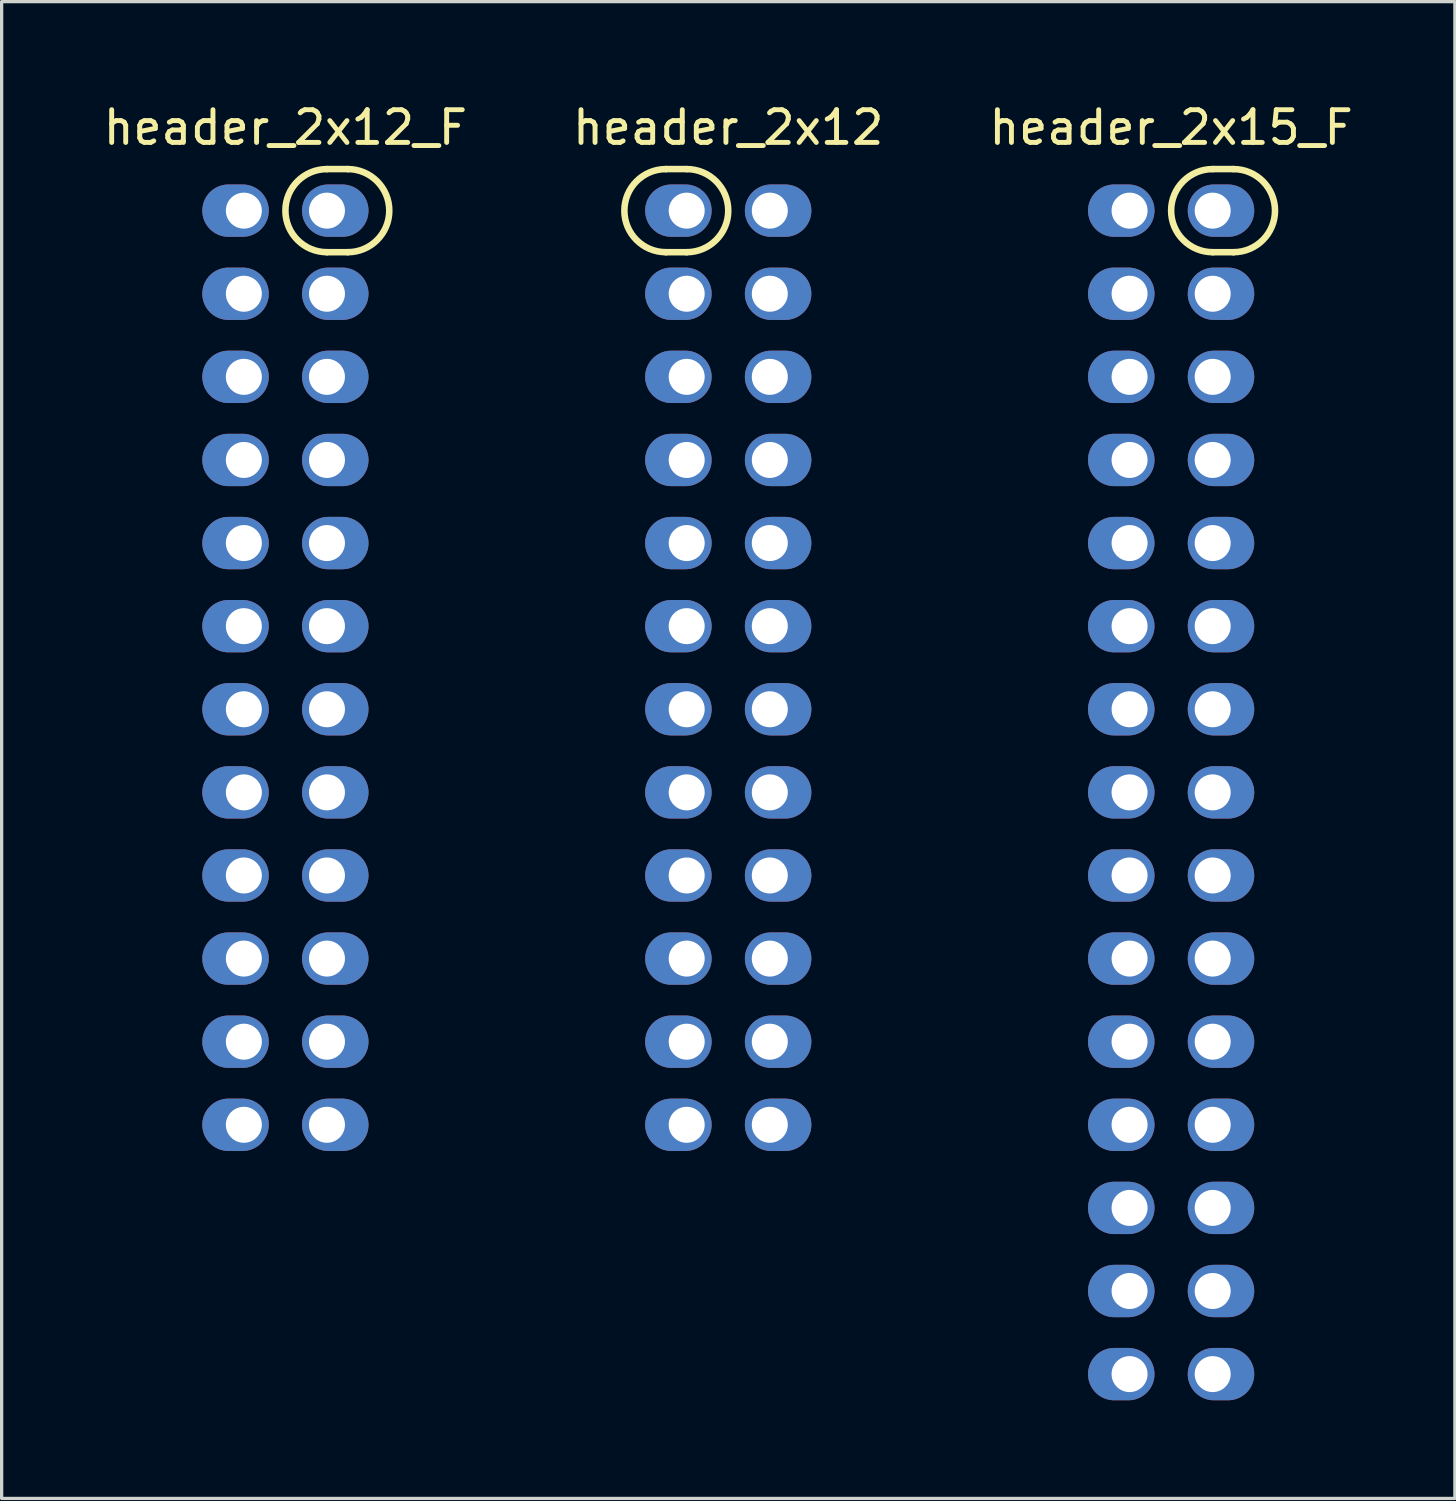
<source format=kicad_pcb>
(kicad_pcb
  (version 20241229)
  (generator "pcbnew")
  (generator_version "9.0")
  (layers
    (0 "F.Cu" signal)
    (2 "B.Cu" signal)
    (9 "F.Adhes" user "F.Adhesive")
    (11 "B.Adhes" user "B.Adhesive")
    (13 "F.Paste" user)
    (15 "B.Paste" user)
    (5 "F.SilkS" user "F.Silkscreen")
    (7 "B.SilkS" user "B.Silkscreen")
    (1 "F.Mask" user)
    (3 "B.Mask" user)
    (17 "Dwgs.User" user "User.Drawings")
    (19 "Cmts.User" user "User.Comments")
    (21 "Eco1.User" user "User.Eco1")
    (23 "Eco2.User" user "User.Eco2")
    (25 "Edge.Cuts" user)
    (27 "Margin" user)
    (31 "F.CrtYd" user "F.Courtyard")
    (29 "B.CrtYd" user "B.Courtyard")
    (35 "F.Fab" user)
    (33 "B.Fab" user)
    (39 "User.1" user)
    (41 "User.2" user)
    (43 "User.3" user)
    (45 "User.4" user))
  (footprint "header_2x12_F"
    (layer "F.Cu")
    (at 5.673 17.358)
    (property "Reference" "header_2x12_F" (at 0 -16.51 0) (layer "F.SilkS") (effects (font (size 1 1) (thickness 0.15))))
    (attr through_hole)
    (fp_line (start 1.27 -15.24) (end 1.905 -15.24) (stroke (width 0.2) (type solid)) (layer "F.SilkS"))
    (fp_line (start 1.905 -12.7) (end 1.27 -12.7) (stroke (width 0.2) (type solid)) (layer "F.SilkS"))
    (fp_arc (start 1.27 -12.7) (mid 0 -13.97) (end 1.27 -15.24) (stroke (width 0.2) (type solid)) (layer "F.SilkS"))
    (fp_arc (start 1.905 -15.24) (mid 3.175 -13.97) (end 1.905 -12.7) (stroke (width 0.2) (type solid)) (layer "F.SilkS"))
    (pad "1" thru_hole oval (at 1.27 -13.97) (size 2.032 1.6) (drill 1.1 (offset 0.254 0)) (layers "*.Cu" "*.Mask"))
    (pad "2" thru_hole oval (at -1.27 -13.97) (size 2.032 1.6) (drill 1.1 (offset -0.254 0)) (layers "*.Cu" "*.Mask"))
    (pad "3" thru_hole oval (at 1.27 -11.43) (size 2.032 1.6) (drill 1.1 (offset 0.254 0)) (layers "*.Cu" "*.Mask"))
    (pad "4" thru_hole oval (at -1.27 -11.43) (size 2.032 1.6) (drill 1.1 (offset -0.254 0)) (layers "*.Cu" "*.Mask"))
    (pad "5" thru_hole oval (at 1.27 -8.89) (size 2.032 1.6) (drill 1.1 (offset 0.254 0)) (layers "*.Cu" "*.Mask"))
    (pad "6" thru_hole oval (at -1.27 -8.89) (size 2.032 1.6) (drill 1.1 (offset -0.254 0)) (layers "*.Cu" "*.Mask"))
    (pad "7" thru_hole oval (at 1.27 -6.35) (size 2.032 1.6) (drill 1.1 (offset 0.254 0)) (layers "*.Cu" "*.Mask"))
    (pad "8" thru_hole oval (at -1.27 -6.35) (size 2.032 1.6) (drill 1.1 (offset -0.254 0)) (layers "*.Cu" "*.Mask"))
    (pad "9" thru_hole oval (at 1.27 -3.81) (size 2.032 1.6) (drill 1.1 (offset 0.254 0)) (layers "*.Cu" "*.Mask"))
    (pad "10" thru_hole oval (at -1.27 -3.81) (size 2.032 1.6) (drill 1.1 (offset -0.254 0)) (layers "*.Cu" "*.Mask"))
    (pad "11" thru_hole oval (at 1.27 -1.27) (size 2.032 1.6) (drill 1.1 (offset 0.254 0)) (layers "*.Cu" "*.Mask"))
    (pad "12" thru_hole oval (at -1.27 -1.27) (size 2.032 1.6) (drill 1.1 (offset -0.254 0)) (layers "*.Cu" "*.Mask"))
    (pad "13" thru_hole oval (at 1.27 1.27) (size 2.032 1.6) (drill 1.1 (offset 0.254 0)) (layers "*.Cu" "*.Mask"))
    (pad "14" thru_hole oval (at -1.27 1.27) (size 2.032 1.6) (drill 1.1 (offset -0.254 0)) (layers "*.Cu" "*.Mask"))
    (pad "15" thru_hole oval (at 1.27 3.81) (size 2.032 1.6) (drill 1.1 (offset 0.254 0)) (layers "*.Cu" "*.Mask"))
    (pad "16" thru_hole oval (at -1.27 3.81) (size 2.032 1.6) (drill 1.1 (offset -0.254 0)) (layers "*.Cu" "*.Mask"))
    (pad "17" thru_hole oval (at 1.27 6.35) (size 2.032 1.6) (drill 1.1 (offset 0.254 0)) (layers "*.Cu" "*.Mask"))
    (pad "18" thru_hole oval (at -1.27 6.35) (size 2.032 1.6) (drill 1.1 (offset -0.254 0)) (layers "*.Cu" "*.Mask"))
    (pad "19" thru_hole oval (at 1.27 8.89) (size 2.032 1.6) (drill 1.1 (offset 0.254 0)) (layers "*.Cu" "*.Mask"))
    (pad "20" thru_hole oval (at -1.27 8.89) (size 2.032 1.6) (drill 1.1 (offset -0.254 0)) (layers "*.Cu" "*.Mask"))
    (pad "21" thru_hole oval (at 1.27 11.43) (size 2.032 1.6) (drill 1.1 (offset 0.254 0)) (layers "*.Cu" "*.Mask"))
    (pad "22" thru_hole oval (at -1.27 11.43) (size 2.032 1.6) (drill 1.1 (offset -0.254 0)) (layers "*.Cu" "*.Mask"))
    (pad "23" thru_hole oval (at 1.27 13.97) (size 2.032 1.6) (drill 1.1 (offset 0.254 0)) (layers "*.Cu" "*.Mask"))
    (pad "24" thru_hole oval (at -1.27 13.97) (size 2.032 1.6) (drill 1.1 (offset -0.254 0)) (layers "*.Cu" "*.Mask")))
  (footprint "header_2x12"
    (layer "F.Cu")
    (at 19.208 17.358)
    (property "Reference" "header_2x12" (at 0 -16.51 0) (layer "F.SilkS") (effects (font (size 1 1) (thickness 0.15))))
    (attr through_hole)
    (fp_line (start -1.905 -15.24) (end -1.27 -15.24) (stroke (width 0.2) (type solid)) (layer "F.SilkS"))
    (fp_line (start -1.27 -12.7) (end -1.905 -12.7) (stroke (width 0.2) (type solid)) (layer "F.SilkS"))
    (fp_arc (start -1.905 -12.7) (mid -3.175 -13.97) (end -1.905 -15.24) (stroke (width 0.2) (type solid)) (layer "F.SilkS"))
    (fp_arc (start -1.27 -15.24) (mid 0 -13.97) (end -1.27 -12.7) (stroke (width 0.2) (type solid)) (layer "F.SilkS"))
    (pad "1" thru_hole oval (at -1.27 -13.97) (size 2.032 1.6) (drill 1.1 (offset -0.254 0)) (layers "*.Cu" "*.Mask"))
    (pad "2" thru_hole oval (at 1.27 -13.97) (size 2.032 1.6) (drill 1.1 (offset 0.254 0)) (layers "*.Cu" "*.Mask"))
    (pad "3" thru_hole oval (at -1.27 -11.43) (size 2.032 1.6) (drill 1.1 (offset -0.254 0)) (layers "*.Cu" "*.Mask"))
    (pad "4" thru_hole oval (at 1.27 -11.43) (size 2.032 1.6) (drill 1.1 (offset 0.254 0)) (layers "*.Cu" "*.Mask"))
    (pad "5" thru_hole oval (at -1.27 -8.89) (size 2.032 1.6) (drill 1.1 (offset -0.254 0)) (layers "*.Cu" "*.Mask"))
    (pad "6" thru_hole oval (at 1.27 -8.89) (size 2.032 1.6) (drill 1.1 (offset 0.254 0)) (layers "*.Cu" "*.Mask"))
    (pad "7" thru_hole oval (at -1.27 -6.35) (size 2.032 1.6) (drill 1.1 (offset -0.254 0)) (layers "*.Cu" "*.Mask"))
    (pad "8" thru_hole oval (at 1.27 -6.35) (size 2.032 1.6) (drill 1.1 (offset 0.254 0)) (layers "*.Cu" "*.Mask"))
    (pad "9" thru_hole oval (at -1.27 -3.81) (size 2.032 1.6) (drill 1.1 (offset -0.254 0)) (layers "*.Cu" "*.Mask"))
    (pad "10" thru_hole oval (at 1.27 -3.81) (size 2.032 1.6) (drill 1.1 (offset 0.254 0)) (layers "*.Cu" "*.Mask"))
    (pad "11" thru_hole oval (at -1.27 -1.27) (size 2.032 1.6) (drill 1.1 (offset -0.254 0)) (layers "*.Cu" "*.Mask"))
    (pad "12" thru_hole oval (at 1.27 -1.27) (size 2.032 1.6) (drill 1.1 (offset 0.254 0)) (layers "*.Cu" "*.Mask"))
    (pad "13" thru_hole oval (at -1.27 1.27) (size 2.032 1.6) (drill 1.1 (offset -0.254 0)) (layers "*.Cu" "*.Mask"))
    (pad "14" thru_hole oval (at 1.27 1.27) (size 2.032 1.6) (drill 1.1 (offset 0.254 0)) (layers "*.Cu" "*.Mask"))
    (pad "15" thru_hole oval (at -1.27 3.81) (size 2.032 1.6) (drill 1.1 (offset -0.254 0)) (layers "*.Cu" "*.Mask"))
    (pad "16" thru_hole oval (at 1.27 3.81) (size 2.032 1.6) (drill 1.1 (offset 0.254 0)) (layers "*.Cu" "*.Mask"))
    (pad "17" thru_hole oval (at -1.27 6.35) (size 2.032 1.6) (drill 1.1 (offset -0.254 0)) (layers "*.Cu" "*.Mask"))
    (pad "18" thru_hole oval (at 1.27 6.35) (size 2.032 1.6) (drill 1.1 (offset 0.254 0)) (layers "*.Cu" "*.Mask"))
    (pad "19" thru_hole oval (at -1.27 8.89) (size 2.032 1.6) (drill 1.1 (offset -0.254 0)) (layers "*.Cu" "*.Mask"))
    (pad "20" thru_hole oval (at 1.27 8.89) (size 2.032 1.6) (drill 1.1 (offset 0.254 0)) (layers "*.Cu" "*.Mask"))
    (pad "21" thru_hole oval (at -1.27 11.43) (size 2.032 1.6) (drill 1.1 (offset -0.254 0)) (layers "*.Cu" "*.Mask"))
    (pad "22" thru_hole oval (at 1.27 11.43) (size 2.032 1.6) (drill 1.1 (offset 0.254 0)) (layers "*.Cu" "*.Mask"))
    (pad "23" thru_hole oval (at -1.27 13.97) (size 2.032 1.6) (drill 1.1 (offset -0.254 0)) (layers "*.Cu" "*.Mask"))
    (pad "24" thru_hole oval (at 1.27 13.97) (size 2.032 1.6) (drill 1.1 (offset 0.254 0)) (layers "*.Cu" "*.Mask")))
  (footprint "header_2x15_F"
    (layer "F.Cu")
    (at 32.744 21.168)
    (property "Reference" "header_2x15_F" (at 0 -20.32 0) (layer "F.SilkS") (effects (font (size 1 1) (thickness 0.15))))
    (attr through_hole)
    (fp_line (start 1.27 -19.05) (end 1.905 -19.05) (stroke (width 0.2) (type solid)) (layer "F.SilkS"))
    (fp_line (start 1.905 -16.51) (end 1.27 -16.51) (stroke (width 0.2) (type solid)) (layer "F.SilkS"))
    (fp_arc (start 1.27 -16.51) (mid 0 -17.78) (end 1.27 -19.05) (stroke (width 0.2) (type solid)) (layer "F.SilkS"))
    (fp_arc (start 1.905 -19.05) (mid 3.175 -17.78) (end 1.905 -16.51) (stroke (width 0.2) (type solid)) (layer "F.SilkS"))
    (pad "1" thru_hole oval (at 1.27 -17.78) (size 2.032 1.6) (drill 1.1 (offset 0.254 0)) (layers "*.Cu" "*.Mask"))
    (pad "2" thru_hole oval (at -1.27 -17.78) (size 2.032 1.6) (drill 1.1 (offset -0.254 0)) (layers "*.Cu" "*.Mask"))
    (pad "3" thru_hole oval (at 1.27 -15.24) (size 2.032 1.6) (drill 1.1 (offset 0.254 0)) (layers "*.Cu" "*.Mask"))
    (pad "4" thru_hole oval (at -1.27 -15.24) (size 2.032 1.6) (drill 1.1 (offset -0.254 0)) (layers "*.Cu" "*.Mask"))
    (pad "5" thru_hole oval (at 1.27 -12.7) (size 2.032 1.6) (drill 1.1 (offset 0.254 0)) (layers "*.Cu" "*.Mask"))
    (pad "6" thru_hole oval (at -1.27 -12.7) (size 2.032 1.6) (drill 1.1 (offset -0.254 0)) (layers "*.Cu" "*.Mask"))
    (pad "7" thru_hole oval (at 1.27 -10.16) (size 2.032 1.6) (drill 1.1 (offset 0.254 0)) (layers "*.Cu" "*.Mask"))
    (pad "8" thru_hole oval (at -1.27 -10.16) (size 2.032 1.6) (drill 1.1 (offset -0.254 0)) (layers "*.Cu" "*.Mask"))
    (pad "9" thru_hole oval (at 1.27 -7.62) (size 2.032 1.6) (drill 1.1 (offset 0.254 0)) (layers "*.Cu" "*.Mask"))
    (pad "10" thru_hole oval (at -1.27 -7.62) (size 2.032 1.6) (drill 1.1 (offset -0.254 0)) (layers "*.Cu" "*.Mask"))
    (pad "11" thru_hole oval (at 1.27 -5.08) (size 2.032 1.6) (drill 1.1 (offset 0.254 0)) (layers "*.Cu" "*.Mask"))
    (pad "12" thru_hole oval (at -1.27 -5.08) (size 2.032 1.6) (drill 1.1 (offset -0.254 0)) (layers "*.Cu" "*.Mask"))
    (pad "13" thru_hole oval (at 1.27 -2.54) (size 2.032 1.6) (drill 1.1 (offset 0.254 0)) (layers "*.Cu" "*.Mask"))
    (pad "14" thru_hole oval (at -1.27 -2.54) (size 2.032 1.6) (drill 1.1 (offset -0.254 0)) (layers "*.Cu" "*.Mask"))
    (pad "15" thru_hole oval (at 1.27 0) (size 2.032 1.6) (drill 1.1 (offset 0.254 0)) (layers "*.Cu" "*.Mask"))
    (pad "16" thru_hole oval (at -1.27 0) (size 2.032 1.6) (drill 1.1 (offset -0.254 0)) (layers "*.Cu" "*.Mask"))
    (pad "17" thru_hole oval (at 1.27 2.54) (size 2.032 1.6) (drill 1.1 (offset 0.254 0)) (layers "*.Cu" "*.Mask"))
    (pad "18" thru_hole oval (at -1.27 2.54) (size 2.032 1.6) (drill 1.1 (offset -0.254 0)) (layers "*.Cu" "*.Mask"))
    (pad "19" thru_hole oval (at 1.27 5.08) (size 2.032 1.6) (drill 1.1 (offset 0.254 0)) (layers "*.Cu" "*.Mask"))
    (pad "20" thru_hole oval (at -1.27 5.08) (size 2.032 1.6) (drill 1.1 (offset -0.254 0)) (layers "*.Cu" "*.Mask"))
    (pad "21" thru_hole oval (at 1.27 7.62) (size 2.032 1.6) (drill 1.1 (offset 0.254 0)) (layers "*.Cu" "*.Mask"))
    (pad "22" thru_hole oval (at -1.27 7.62) (size 2.032 1.6) (drill 1.1 (offset -0.254 0)) (layers "*.Cu" "*.Mask"))
    (pad "23" thru_hole oval (at 1.27 10.16) (size 2.032 1.6) (drill 1.1 (offset 0.254 0)) (layers "*.Cu" "*.Mask"))
    (pad "24" thru_hole oval (at -1.27 10.16) (size 2.032 1.6) (drill 1.1 (offset -0.254 0)) (layers "*.Cu" "*.Mask"))
    (pad "25" thru_hole oval (at 1.27 12.7) (size 2.032 1.6) (drill 1.1 (offset 0.254 0)) (layers "*.Cu" "*.Mask"))
    (pad "26" thru_hole oval (at -1.27 12.7) (size 2.032 1.6) (drill 1.1 (offset -0.254 0)) (layers "*.Cu" "*.Mask"))
    (pad "27" thru_hole oval (at 1.27 15.24) (size 2.032 1.6) (drill 1.1 (offset 0.254 0)) (layers "*.Cu" "*.Mask"))
    (pad "28" thru_hole oval (at -1.27 15.24) (size 2.032 1.6) (drill 1.1 (offset -0.254 0)) (layers "*.Cu" "*.Mask"))
    (pad "29" thru_hole oval (at 1.27 17.78) (size 2.032 1.6) (drill 1.1 (offset 0.254 0)) (layers "*.Cu" "*.Mask"))
    (pad "30" thru_hole oval (at -1.27 17.78) (size 2.032 1.6) (drill 1.1 (offset -0.254 0)) (layers "*.Cu" "*.Mask")))
  (gr_rect
    (start -3 -3)
    (end 41.417 42.748)
    (stroke (width 0.1) (type default))
    (fill no)
    (layer "Edge.Cuts")))
</source>
